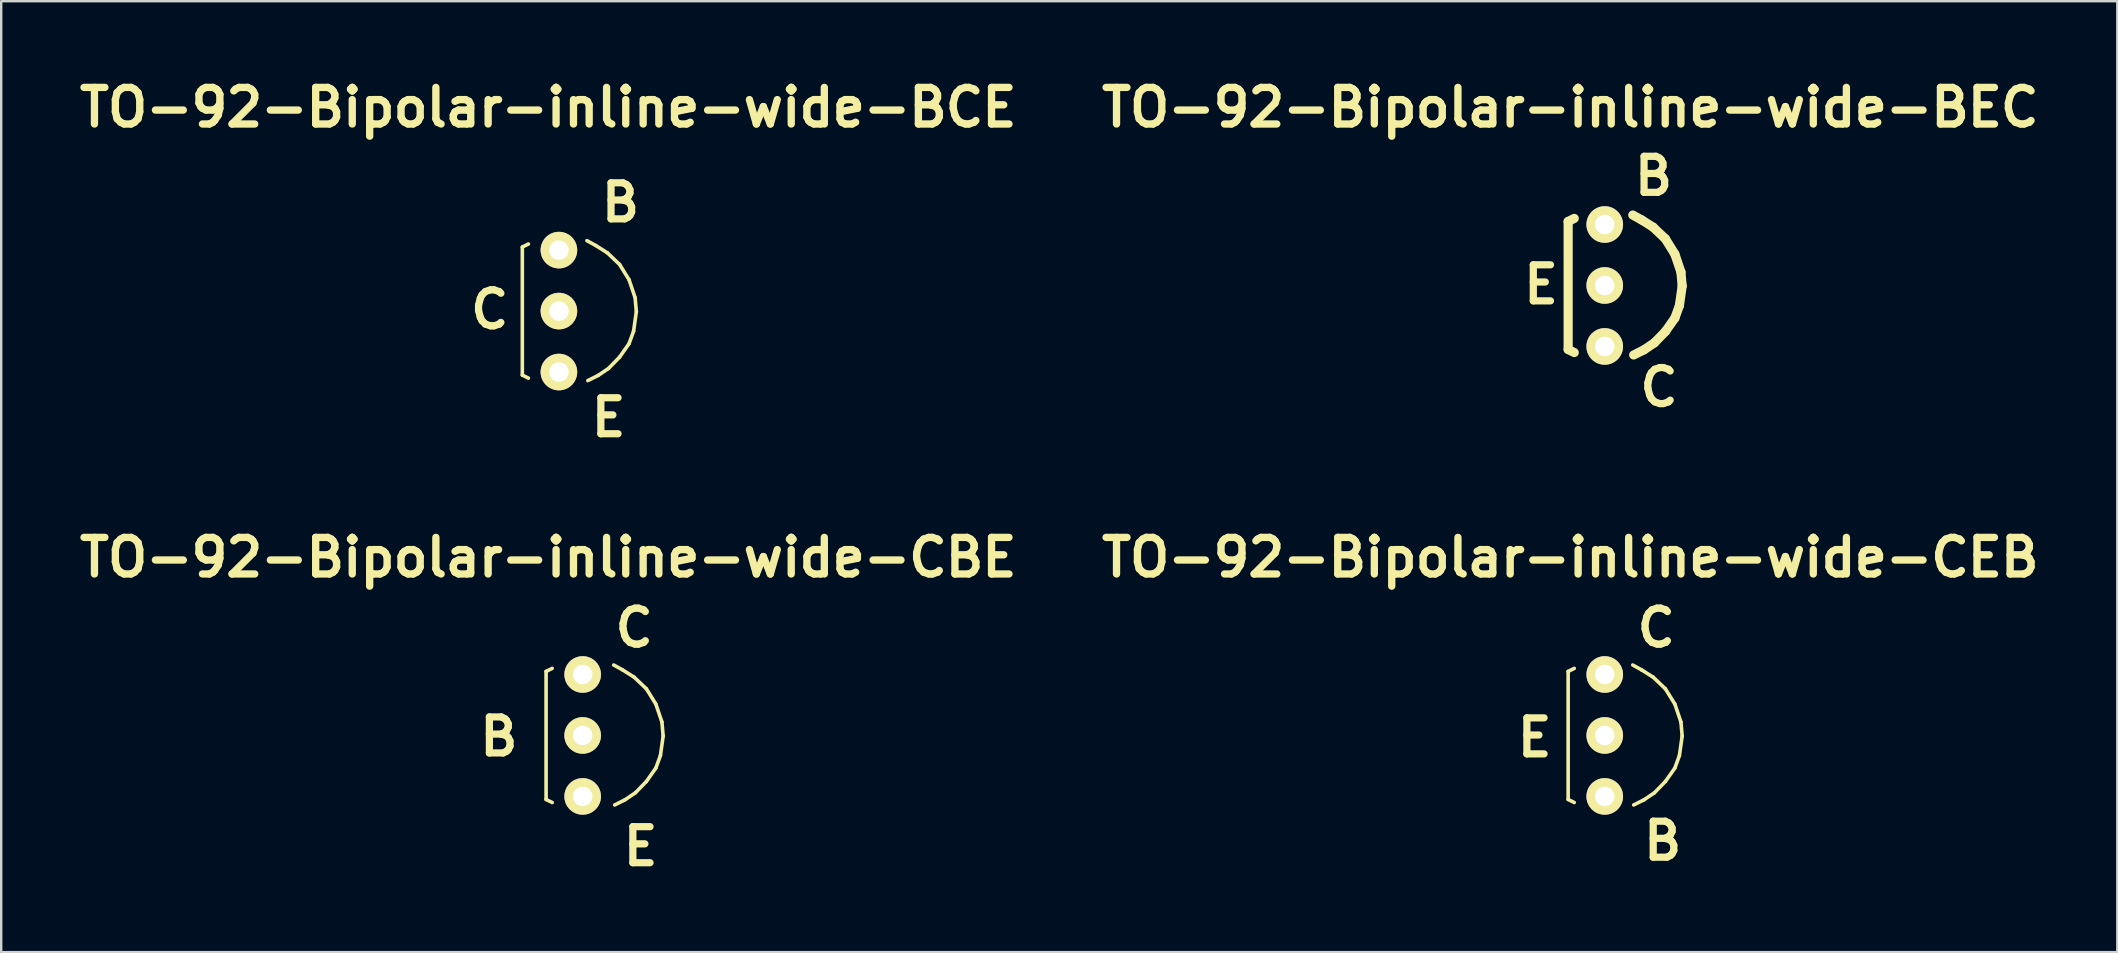
<source format=kicad_pcb>
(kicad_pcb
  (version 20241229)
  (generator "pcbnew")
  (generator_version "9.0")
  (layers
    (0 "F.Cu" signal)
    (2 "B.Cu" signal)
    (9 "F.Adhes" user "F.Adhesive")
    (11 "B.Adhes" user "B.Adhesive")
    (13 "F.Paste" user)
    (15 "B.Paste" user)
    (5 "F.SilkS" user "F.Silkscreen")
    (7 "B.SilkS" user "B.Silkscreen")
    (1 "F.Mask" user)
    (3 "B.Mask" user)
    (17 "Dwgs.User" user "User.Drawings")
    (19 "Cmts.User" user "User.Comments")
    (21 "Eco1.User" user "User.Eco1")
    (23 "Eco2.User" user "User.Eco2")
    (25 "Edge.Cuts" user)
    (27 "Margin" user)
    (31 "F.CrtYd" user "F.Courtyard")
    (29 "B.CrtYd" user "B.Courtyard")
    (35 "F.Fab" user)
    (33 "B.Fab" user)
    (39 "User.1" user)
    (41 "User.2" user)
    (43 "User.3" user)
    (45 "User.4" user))
  (footprint "TO-92-Bipolar-inline-wide-BEC"
    (layer "F.Cu")
    (at 63.806 8.843)
    (property "Reference" "TO-92-Bipolar-inline-wide-BEC" (at -1.435 -7.417 0) (layer "F.SilkS") (effects (font (size 1.524 1.524) (thickness 0.305))))
    (attr through_hole)
    (fp_line (start -1.524 -2.667) (end -1.524 2.667) (stroke (width 0.381) (type solid)) (layer "F.SilkS"))
    (fp_line (start -1.524 -2.667) (end -1.27 -2.794) (stroke (width 0.381) (type solid)) (layer "F.SilkS"))
    (fp_line (start -1.524 2.667) (end -1.27 2.794) (stroke (width 0.381) (type solid)) (layer "F.SilkS"))
    (fp_line (start 1.168 -2.934) (end 1.537 -2.731) (stroke (width 0.381) (type solid)) (layer "F.SilkS"))
    (fp_line (start 1.537 -2.731) (end 2.019 -2.426) (stroke (width 0.381) (type solid)) (layer "F.SilkS"))
    (fp_line (start 1.638 2.68) (end 1.206 2.896) (stroke (width 0.381) (type solid)) (layer "F.SilkS"))
    (fp_line (start 2.019 -2.426) (end 2.527 -1.943) (stroke (width 0.381) (type solid)) (layer "F.SilkS"))
    (fp_line (start 2.07 2.388) (end 1.638 2.68) (stroke (width 0.381) (type solid)) (layer "F.SilkS"))
    (fp_line (start 2.527 -1.943) (end 2.921 -1.308) (stroke (width 0.381) (type solid)) (layer "F.SilkS"))
    (fp_line (start 2.527 1.918) (end 2.07 2.388) (stroke (width 0.381) (type solid)) (layer "F.SilkS"))
    (fp_line (start 2.921 -1.308) (end 3.175 -0.559) (stroke (width 0.381) (type solid)) (layer "F.SilkS"))
    (fp_line (start 2.921 1.359) (end 2.527 1.918) (stroke (width 0.381) (type solid)) (layer "F.SilkS"))
    (fp_line (start 3.111 0.838) (end 2.921 1.359) (stroke (width 0.381) (type solid)) (layer "F.SilkS"))
    (fp_line (start 3.175 -0.559) (end 3.226 0.025) (stroke (width 0.381) (type solid)) (layer "F.SilkS"))
    (fp_line (start 3.226 0.025) (end 3.111 0.838) (stroke (width 0.381) (type solid)) (layer "F.SilkS"))
    (fp_text user "E" (at -2.654 -0.038 0) (layer "F.SilkS") (effects (font (size 1.501 1.501) (thickness 0.3))))
    (fp_text user "C" (at 2.261 4.242 0) (layer "F.SilkS") (effects (font (size 1.501 1.501) (thickness 0.3))))
    (fp_text user "B" (at 2.032 -4.559 0) (layer "F.SilkS") (effects (font (size 1.501 1.501) (thickness 0.3))))
    (pad "B" thru_hole circle (at 0 -2.54) (size 1.524 1.524) (drill 0.813) (layers "*.Cu" "*.Mask" "F.SilkS"))
    (pad "C" thru_hole circle (at 0 2.54) (size 1.524 1.524) (drill 0.813) (layers "*.Cu" "*.Mask" "F.SilkS"))
    (pad "E" thru_hole circle (at 0 0) (size 1.524 1.524) (drill 0.813) (layers "*.Cu" "*.Mask" "F.SilkS")))
  (footprint "TO-92-Bipolar-inline-wide-BCE"
    (layer "F.Cu")
    (at 20.235 9.91)
    (property "Reference" "TO-92-Bipolar-inline-wide-BCE" (at -0.445 -8.484 0) (layer "F.SilkS") (effects (font (size 1.524 1.524) (thickness 0.305))))
    (attr through_hole)
    (fp_line (start -1.524 -2.667) (end -1.524 2.667) (stroke (width 0.15) (type solid)) (layer "F.SilkS"))
    (fp_line (start -1.524 -2.667) (end -1.27 -2.794) (stroke (width 0.15) (type solid)) (layer "F.SilkS"))
    (fp_line (start -1.524 2.667) (end -1.27 2.794) (stroke (width 0.15) (type solid)) (layer "F.SilkS"))
    (fp_line (start 1.168 -2.934) (end 1.537 -2.731) (stroke (width 0.15) (type solid)) (layer "F.SilkS"))
    (fp_line (start 1.537 -2.731) (end 2.019 -2.426) (stroke (width 0.15) (type solid)) (layer "F.SilkS"))
    (fp_line (start 1.638 2.68) (end 1.206 2.896) (stroke (width 0.15) (type solid)) (layer "F.SilkS"))
    (fp_line (start 2.019 -2.426) (end 2.527 -1.943) (stroke (width 0.15) (type solid)) (layer "F.SilkS"))
    (fp_line (start 2.07 2.388) (end 1.638 2.68) (stroke (width 0.15) (type solid)) (layer "F.SilkS"))
    (fp_line (start 2.527 -1.943) (end 2.921 -1.308) (stroke (width 0.15) (type solid)) (layer "F.SilkS"))
    (fp_line (start 2.527 1.918) (end 2.07 2.388) (stroke (width 0.15) (type solid)) (layer "F.SilkS"))
    (fp_line (start 2.921 -1.308) (end 3.175 -0.559) (stroke (width 0.15) (type solid)) (layer "F.SilkS"))
    (fp_line (start 2.921 1.359) (end 2.527 1.918) (stroke (width 0.15) (type solid)) (layer "F.SilkS"))
    (fp_line (start 3.111 0.838) (end 2.921 1.359) (stroke (width 0.15) (type solid)) (layer "F.SilkS"))
    (fp_line (start 3.175 -0.559) (end 3.226 0.025) (stroke (width 0.15) (type solid)) (layer "F.SilkS"))
    (fp_line (start 3.226 0.025) (end 3.111 0.838) (stroke (width 0.15) (type solid)) (layer "F.SilkS"))
    (fp_text user "B" (at 2.565 -4.521 0) (layer "F.SilkS") (effects (font (size 1.501 1.501) (thickness 0.3))))
    (fp_text user "E" (at 2.07 4.432 0) (layer "F.SilkS") (effects (font (size 1.501 1.501) (thickness 0.3))))
    (fp_text user "C" (at -2.883 -0.064 0) (layer "F.SilkS") (effects (font (size 1.501 1.501) (thickness 0.3))))
    (pad "B" thru_hole circle (at 0 -2.54) (size 1.524 1.524) (drill 0.813) (layers "*.Cu" "*.Mask" "F.SilkS"))
    (pad "C" thru_hole circle (at 0 0) (size 1.524 1.524) (drill 0.813) (layers "*.Cu" "*.Mask" "F.SilkS"))
    (pad "E" thru_hole circle (at 0 2.54) (size 1.524 1.524) (drill 0.813) (layers "*.Cu" "*.Mask" "F.SilkS")))
  (footprint "TO-92-Bipolar-inline-wide-CBE"
    (layer "F.Cu")
    (at 21.225 27.59)
    (property "Reference" "TO-92-Bipolar-inline-wide-CBE" (at -1.435 -7.417 0) (layer "F.SilkS") (effects (font (size 1.524 1.524) (thickness 0.305))))
    (attr through_hole)
    (fp_line (start -1.524 -2.667) (end -1.524 2.667) (stroke (width 0.15) (type solid)) (layer "F.SilkS"))
    (fp_line (start -1.524 -2.667) (end -1.27 -2.794) (stroke (width 0.15) (type solid)) (layer "F.SilkS"))
    (fp_line (start -1.524 2.667) (end -1.27 2.794) (stroke (width 0.15) (type solid)) (layer "F.SilkS"))
    (fp_line (start 1.295 -2.934) (end 1.664 -2.731) (stroke (width 0.15) (type solid)) (layer "F.SilkS"))
    (fp_line (start 1.664 -2.731) (end 2.146 -2.426) (stroke (width 0.15) (type solid)) (layer "F.SilkS"))
    (fp_line (start 1.765 2.68) (end 1.333 2.896) (stroke (width 0.15) (type solid)) (layer "F.SilkS"))
    (fp_line (start 2.146 -2.426) (end 2.654 -1.943) (stroke (width 0.15) (type solid)) (layer "F.SilkS"))
    (fp_line (start 2.197 2.388) (end 1.765 2.68) (stroke (width 0.15) (type solid)) (layer "F.SilkS"))
    (fp_line (start 2.654 -1.943) (end 3.048 -1.308) (stroke (width 0.15) (type solid)) (layer "F.SilkS"))
    (fp_line (start 2.654 1.918) (end 2.197 2.388) (stroke (width 0.15) (type solid)) (layer "F.SilkS"))
    (fp_line (start 3.048 -1.308) (end 3.302 -0.559) (stroke (width 0.15) (type solid)) (layer "F.SilkS"))
    (fp_line (start 3.048 1.359) (end 2.654 1.918) (stroke (width 0.15) (type solid)) (layer "F.SilkS"))
    (fp_line (start 3.239 0.838) (end 3.048 1.359) (stroke (width 0.15) (type solid)) (layer "F.SilkS"))
    (fp_line (start 3.302 -0.559) (end 3.353 0.025) (stroke (width 0.15) (type solid)) (layer "F.SilkS"))
    (fp_line (start 3.353 0.025) (end 3.239 0.838) (stroke (width 0.15) (type solid)) (layer "F.SilkS"))
    (fp_text user "C" (at 2.146 -4.483 0) (layer "F.SilkS") (effects (font (size 1.501 1.501) (thickness 0.3))))
    (fp_text user "E" (at 2.413 4.623 0) (layer "F.SilkS") (effects (font (size 1.501 1.501) (thickness 0.3))))
    (fp_text user "B" (at -3.493 0.051 0) (layer "F.SilkS") (effects (font (size 1.501 1.501) (thickness 0.3))))
    (pad "B" thru_hole circle (at 0 0) (size 1.524 1.524) (drill 0.813) (layers "*.Cu" "*.Mask" "F.SilkS"))
    (pad "C" thru_hole circle (at 0 -2.54) (size 1.524 1.524) (drill 0.813) (layers "*.Cu" "*.Mask" "F.SilkS"))
    (pad "E" thru_hole circle (at 0 2.54) (size 1.524 1.524) (drill 0.813) (layers "*.Cu" "*.Mask" "F.SilkS")))
  (footprint "TO-92-Bipolar-inline-wide-CEB"
    (layer "F.Cu")
    (at 63.806 27.59)
    (property "Reference" "TO-92-Bipolar-inline-wide-CEB" (at -1.435 -7.417 0) (layer "F.SilkS") (effects (font (size 1.524 1.524) (thickness 0.305))))
    (attr through_hole)
    (fp_line (start -1.524 -2.667) (end -1.524 2.667) (stroke (width 0.15) (type solid)) (layer "F.SilkS"))
    (fp_line (start -1.524 -2.667) (end -1.27 -2.794) (stroke (width 0.15) (type solid)) (layer "F.SilkS"))
    (fp_line (start -1.524 2.667) (end -1.27 2.794) (stroke (width 0.15) (type solid)) (layer "F.SilkS"))
    (fp_line (start 1.168 -2.934) (end 1.537 -2.731) (stroke (width 0.15) (type solid)) (layer "F.SilkS"))
    (fp_line (start 1.537 -2.731) (end 2.019 -2.426) (stroke (width 0.15) (type solid)) (layer "F.SilkS"))
    (fp_line (start 1.638 2.68) (end 1.206 2.896) (stroke (width 0.15) (type solid)) (layer "F.SilkS"))
    (fp_line (start 2.019 -2.426) (end 2.527 -1.943) (stroke (width 0.15) (type solid)) (layer "F.SilkS"))
    (fp_line (start 2.07 2.388) (end 1.638 2.68) (stroke (width 0.15) (type solid)) (layer "F.SilkS"))
    (fp_line (start 2.527 -1.943) (end 2.921 -1.308) (stroke (width 0.15) (type solid)) (layer "F.SilkS"))
    (fp_line (start 2.527 1.918) (end 2.07 2.388) (stroke (width 0.15) (type solid)) (layer "F.SilkS"))
    (fp_line (start 2.921 -1.308) (end 3.175 -0.559) (stroke (width 0.15) (type solid)) (layer "F.SilkS"))
    (fp_line (start 2.921 1.359) (end 2.527 1.918) (stroke (width 0.15) (type solid)) (layer "F.SilkS"))
    (fp_line (start 3.111 0.838) (end 2.921 1.359) (stroke (width 0.15) (type solid)) (layer "F.SilkS"))
    (fp_line (start 3.175 -0.559) (end 3.226 0.025) (stroke (width 0.15) (type solid)) (layer "F.SilkS"))
    (fp_line (start 3.226 0.025) (end 3.111 0.838) (stroke (width 0.15) (type solid)) (layer "F.SilkS"))
    (fp_text user "C" (at 2.146 -4.483 0) (layer "F.SilkS") (effects (font (size 1.501 1.501) (thickness 0.3))))
    (fp_text user "B" (at 2.413 4.394 0) (layer "F.SilkS") (effects (font (size 1.501 1.501) (thickness 0.3))))
    (fp_text user "E" (at -2.921 0.089 0) (layer "F.SilkS") (effects (font (size 1.501 1.501) (thickness 0.3))))
    (pad "B" thru_hole circle (at 0 2.54) (size 1.524 1.524) (drill 0.813) (layers "*.Cu" "*.Mask" "F.SilkS"))
    (pad "C" thru_hole circle (at 0 -2.54) (size 1.524 1.524) (drill 0.813) (layers "*.Cu" "*.Mask" "F.SilkS"))
    (pad "E" thru_hole circle (at 0 0) (size 1.524 1.524) (drill 0.813) (layers "*.Cu" "*.Mask" "F.SilkS")))
  (gr_rect
    (start -3 -3)
    (end 85.161 36.617)
    (stroke (width 0.1) (type default))
    (fill no)
    (layer "Edge.Cuts")))
</source>
